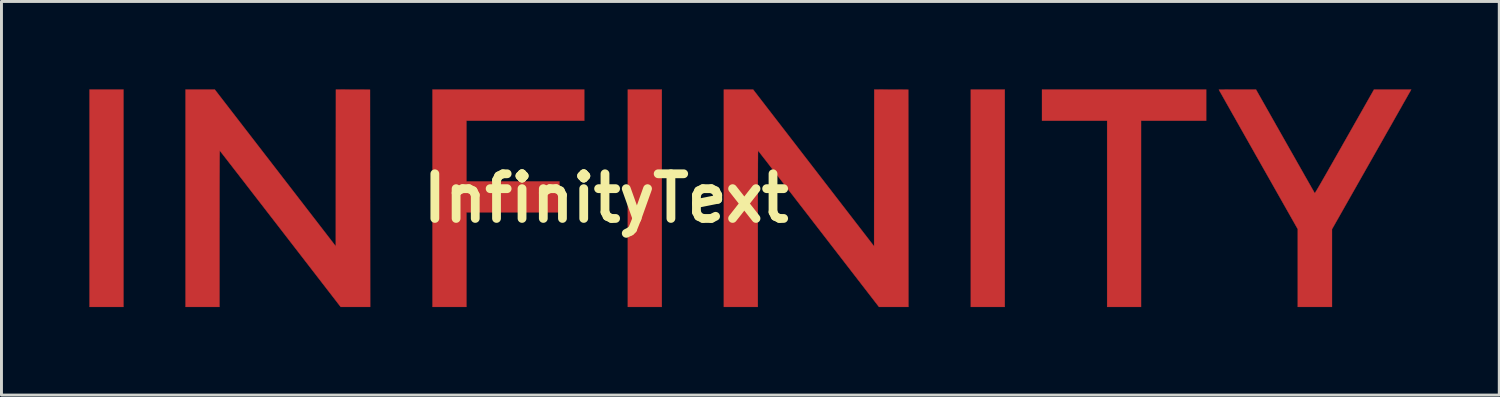
<source format=kicad_pcb>
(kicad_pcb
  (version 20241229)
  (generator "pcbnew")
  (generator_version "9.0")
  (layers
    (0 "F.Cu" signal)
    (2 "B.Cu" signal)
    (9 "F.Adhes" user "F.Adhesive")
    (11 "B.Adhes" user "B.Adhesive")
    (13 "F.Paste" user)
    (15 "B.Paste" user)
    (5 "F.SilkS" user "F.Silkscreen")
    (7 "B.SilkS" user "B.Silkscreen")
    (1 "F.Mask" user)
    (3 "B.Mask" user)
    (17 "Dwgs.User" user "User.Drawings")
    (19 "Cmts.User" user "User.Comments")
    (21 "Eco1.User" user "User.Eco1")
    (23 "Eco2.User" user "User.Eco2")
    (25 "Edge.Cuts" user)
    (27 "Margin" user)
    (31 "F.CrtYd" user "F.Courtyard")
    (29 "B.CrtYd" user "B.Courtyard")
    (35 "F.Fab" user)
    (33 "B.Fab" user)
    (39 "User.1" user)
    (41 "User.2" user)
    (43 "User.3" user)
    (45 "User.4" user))
  (footprint "InfinityText"
    (layer "F.Cu")
    (at 17.629 3.714)
    (property "Reference" "InfinityText" (at 0 0 0) (layer "F.SilkS") (effects (font (size 1.524 1.524) (thickness 0.3))))
    (attr through_hole)
    (fp_poly (pts (xy -16.466 3.709) (xy -17.624 3.709) (xy -17.624 -3.709) (xy -16.466 -3.709) (xy -16.466 3.709)) (stroke (width 0.01) (type solid)) (fill yes) (layer "F.Cu"))
    (fp_poly (pts (xy 1.902 3.709) (xy 0.744 3.709) (xy 0.744 -3.709) (xy 1.902 -3.709) (xy 1.902 3.709)) (stroke (width 0.01) (type solid)) (fill yes) (layer "F.Cu"))
    (fp_poly (pts (xy 13.604 3.709) (xy 12.446 3.709) (xy 12.446 -3.709) (xy 13.604 -3.709) (xy 13.604 3.709)) (stroke (width 0.01) (type solid)) (fill yes) (layer "F.Cu"))
    (fp_poly (pts (xy 20.476 -2.645) (xy 18.254 -2.645) (xy 18.254 3.709) (xy 17.097 3.709) (xy 17.097 -2.645) (xy 14.875 -2.645) (xy 14.875 -3.709) (xy 20.476 -3.709) (xy 20.476 -2.645)) (stroke (width 0.01) (type solid)) (fill yes) (layer "F.Cu"))
    (fp_poly (pts (xy -0.744 -2.645) (xy -4.764 -2.645) (xy -4.764 -0.574) (xy -1.591 -0.574) (xy -1.591 0.48) (xy -4.764 0.48) (xy -4.764 3.709) (xy -5.922 3.709) (xy -5.922 -3.709) (xy -0.744 -3.709) (xy -0.744 -2.645)) (stroke (width 0.01) (type solid)) (fill yes) (layer "F.Cu"))
    (fp_poly (pts (xy -8.635 -3.707) (xy -8.054 -3.705) (xy -8.052 0.002) (xy -8.049 3.709) (xy -9.054 3.709) (xy -11.113 1.045) (xy -11.266 0.847) (xy -11.417 0.652) (xy -11.564 0.462) (xy -11.707 0.277) (xy -11.846 0.097) (xy -11.981 -0.077) (xy -12.111 -0.245) (xy -12.235 -0.405) (xy -12.353 -0.559) (xy -12.466 -0.704) (xy -12.571 -0.84) (xy -12.67 -0.967) (xy -12.761 -1.085) (xy -12.845 -1.193) (xy -12.92 -1.29) (xy -12.986 -1.375) (xy -13.044 -1.449) (xy -13.092 -1.511) (xy -13.13 -1.56) (xy -13.158 -1.595) (xy -13.175 -1.617) (xy -13.181 -1.624) (xy -13.181 -1.615) (xy -13.182 -1.588) (xy -13.183 -1.543) (xy -13.184 -1.479) (xy -13.185 -1.397) (xy -13.186 -1.299) (xy -13.186 -1.182) (xy -13.187 -1.049) (xy -13.187 -0.899) (xy -13.188 -0.733) (xy -13.188 -0.551) (xy -13.189 -0.353) (xy -13.189 -0.139) (xy -13.189 0.091) (xy -13.189 0.335) (xy -13.189 0.594) (xy -13.19 0.868) (xy -13.19 1.04) (xy -13.19 3.709) (xy -14.348 3.709) (xy -14.348 -3.709) (xy -13.351 -3.709) (xy -11.286 -1.035) (xy -9.221 1.64) (xy -9.219 -1.035) (xy -9.217 -3.709) (xy -8.635 -3.707)) (stroke (width 0.01) (type solid)) (fill yes) (layer "F.Cu"))
    (fp_poly (pts (xy 9.732 -3.707) (xy 10.313 -3.705) (xy 10.316 0.002) (xy 10.318 3.709) (xy 9.313 3.709) (xy 7.254 1.045) (xy 7.101 0.847) (xy 6.951 0.652) (xy 6.804 0.462) (xy 6.66 0.277) (xy 6.521 0.097) (xy 6.387 -0.077) (xy 6.257 -0.245) (xy 6.133 -0.405) (xy 6.014 -0.559) (xy 5.902 -0.704) (xy 5.796 -0.84) (xy 5.698 -0.967) (xy 5.606 -1.085) (xy 5.523 -1.193) (xy 5.448 -1.29) (xy 5.381 -1.375) (xy 5.324 -1.449) (xy 5.276 -1.511) (xy 5.238 -1.56) (xy 5.21 -1.595) (xy 5.193 -1.617) (xy 5.187 -1.624) (xy 5.186 -1.615) (xy 5.185 -1.588) (xy 5.184 -1.543) (xy 5.183 -1.479) (xy 5.183 -1.397) (xy 5.182 -1.299) (xy 5.181 -1.182) (xy 5.181 -1.049) (xy 5.18 -0.899) (xy 5.18 -0.733) (xy 5.179 -0.551) (xy 5.179 -0.353) (xy 5.179 -0.139) (xy 5.178 0.091) (xy 5.178 0.335) (xy 5.178 0.594) (xy 5.178 0.868) (xy 5.178 1.04) (xy 5.178 3.709) (xy 4.02 3.709) (xy 4.02 -3.709) (xy 5.017 -3.709) (xy 7.081 -1.035) (xy 9.146 1.64) (xy 9.148 -1.035) (xy 9.151 -3.709) (xy 9.732 -3.707)) (stroke (width 0.01) (type solid)) (fill yes) (layer "F.Cu"))
    (fp_poly (pts (xy 27.46 -3.688) (xy 27.455 -3.678) (xy 27.441 -3.653) (xy 27.418 -3.612) (xy 27.386 -3.557) (xy 27.347 -3.488) (xy 27.301 -3.406) (xy 27.247 -3.312) (xy 27.187 -3.206) (xy 27.121 -3.088) (xy 27.048 -2.96) (xy 26.97 -2.823) (xy 26.887 -2.676) (xy 26.799 -2.52) (xy 26.706 -2.357) (xy 26.609 -2.187) (xy 26.509 -2.009) (xy 26.405 -1.826) (xy 26.298 -1.638) (xy 26.189 -1.445) (xy 26.109 -1.305) (xy 24.769 1.057) (xy 24.769 3.709) (xy 23.602 3.709) (xy 23.602 1.055) (xy 22.256 -1.322) (xy 22.144 -1.519) (xy 22.036 -1.711) (xy 21.93 -1.898) (xy 21.827 -2.08) (xy 21.728 -2.255) (xy 21.632 -2.424) (xy 21.541 -2.585) (xy 21.455 -2.738) (xy 21.373 -2.882) (xy 21.297 -3.017) (xy 21.227 -3.141) (xy 21.162 -3.255) (xy 21.104 -3.358) (xy 21.053 -3.449) (xy 21.009 -3.527) (xy 20.973 -3.591) (xy 20.944 -3.642) (xy 20.924 -3.678) (xy 20.912 -3.699) (xy 20.909 -3.705) (xy 20.918 -3.705) (xy 20.945 -3.706) (xy 20.987 -3.707) (xy 21.044 -3.707) (xy 21.113 -3.708) (xy 21.193 -3.708) (xy 21.283 -3.709) (xy 21.381 -3.709) (xy 21.485 -3.709) (xy 21.542 -3.709) (xy 22.176 -3.709) (xy 23.173 -1.948) (xy 23.269 -1.779) (xy 23.362 -1.614) (xy 23.453 -1.455) (xy 23.54 -1.301) (xy 23.623 -1.154) (xy 23.703 -1.014) (xy 23.778 -0.882) (xy 23.847 -0.759) (xy 23.912 -0.646) (xy 23.97 -0.543) (xy 24.023 -0.451) (xy 24.068 -0.37) (xy 24.107 -0.303) (xy 24.138 -0.248) (xy 24.161 -0.208) (xy 24.175 -0.183) (xy 24.181 -0.173) (xy 24.181 -0.173) (xy 24.184 -0.176) (xy 24.192 -0.186) (xy 24.205 -0.206) (xy 24.223 -0.235) (xy 24.247 -0.274) (xy 24.276 -0.323) (xy 24.311 -0.383) (xy 24.353 -0.454) (xy 24.401 -0.537) (xy 24.455 -0.632) (xy 24.517 -0.74) (xy 24.586 -0.86) (xy 24.662 -0.995) (xy 24.747 -1.143) (xy 24.839 -1.305) (xy 24.94 -1.483) (xy 25.05 -1.676) (xy 25.168 -1.885) (xy 25.197 -1.935) (xy 26.203 -3.709) (xy 27.472 -3.709) (xy 27.46 -3.688)) (stroke (width 0.01) (type solid)) (fill yes) (layer "F.Cu"))
    (fp_poly (pts (xy -16.466 3.709) (xy -17.624 3.709) (xy -17.624 -3.709) (xy -16.466 -3.709) (xy -16.466 3.709)) (stroke (width 0.01) (type solid)) (fill yes) (layer "F.Mask"))
    (fp_poly (pts (xy 1.902 3.709) (xy 0.744 3.709) (xy 0.744 -3.709) (xy 1.902 -3.709) (xy 1.902 3.709)) (stroke (width 0.01) (type solid)) (fill yes) (layer "F.Mask"))
    (fp_poly (pts (xy 13.604 3.709) (xy 12.446 3.709) (xy 12.446 -3.709) (xy 13.604 -3.709) (xy 13.604 3.709)) (stroke (width 0.01) (type solid)) (fill yes) (layer "F.Mask"))
    (fp_poly (pts (xy 20.476 -2.645) (xy 18.254 -2.645) (xy 18.254 3.709) (xy 17.097 3.709) (xy 17.097 -2.645) (xy 14.875 -2.645) (xy 14.875 -3.709) (xy 20.476 -3.709) (xy 20.476 -2.645)) (stroke (width 0.01) (type solid)) (fill yes) (layer "F.Mask"))
    (fp_poly (pts (xy -0.744 -2.645) (xy -4.764 -2.645) (xy -4.764 -0.574) (xy -1.591 -0.574) (xy -1.591 0.48) (xy -4.764 0.48) (xy -4.764 3.709) (xy -5.922 3.709) (xy -5.922 -3.709) (xy -0.744 -3.709) (xy -0.744 -2.645)) (stroke (width 0.01) (type solid)) (fill yes) (layer "F.Mask"))
    (fp_poly (pts (xy -8.635 -3.707) (xy -8.054 -3.705) (xy -8.052 0.002) (xy -8.049 3.709) (xy -9.054 3.709) (xy -11.113 1.045) (xy -11.266 0.847) (xy -11.417 0.652) (xy -11.564 0.462) (xy -11.707 0.277) (xy -11.846 0.097) (xy -11.981 -0.077) (xy -12.111 -0.245) (xy -12.235 -0.405) (xy -12.353 -0.559) (xy -12.466 -0.704) (xy -12.571 -0.84) (xy -12.67 -0.967) (xy -12.761 -1.085) (xy -12.845 -1.193) (xy -12.92 -1.29) (xy -12.986 -1.375) (xy -13.044 -1.449) (xy -13.092 -1.511) (xy -13.13 -1.56) (xy -13.158 -1.595) (xy -13.175 -1.617) (xy -13.181 -1.624) (xy -13.181 -1.615) (xy -13.182 -1.588) (xy -13.183 -1.543) (xy -13.184 -1.479) (xy -13.185 -1.397) (xy -13.186 -1.299) (xy -13.186 -1.182) (xy -13.187 -1.049) (xy -13.187 -0.899) (xy -13.188 -0.733) (xy -13.188 -0.551) (xy -13.189 -0.353) (xy -13.189 -0.139) (xy -13.189 0.091) (xy -13.189 0.335) (xy -13.189 0.594) (xy -13.19 0.868) (xy -13.19 1.04) (xy -13.19 3.709) (xy -14.348 3.709) (xy -14.348 -3.709) (xy -13.351 -3.709) (xy -11.286 -1.035) (xy -9.221 1.64) (xy -9.219 -1.035) (xy -9.217 -3.709) (xy -8.635 -3.707)) (stroke (width 0.01) (type solid)) (fill yes) (layer "F.Mask"))
    (fp_poly (pts (xy 9.732 -3.707) (xy 10.313 -3.705) (xy 10.316 0.002) (xy 10.318 3.709) (xy 9.313 3.709) (xy 7.254 1.045) (xy 7.101 0.847) (xy 6.951 0.652) (xy 6.804 0.462) (xy 6.66 0.277) (xy 6.521 0.097) (xy 6.387 -0.077) (xy 6.257 -0.245) (xy 6.133 -0.405) (xy 6.014 -0.559) (xy 5.902 -0.704) (xy 5.796 -0.84) (xy 5.698 -0.967) (xy 5.606 -1.085) (xy 5.523 -1.193) (xy 5.448 -1.29) (xy 5.381 -1.375) (xy 5.324 -1.449) (xy 5.276 -1.511) (xy 5.238 -1.56) (xy 5.21 -1.595) (xy 5.193 -1.617) (xy 5.187 -1.624) (xy 5.186 -1.615) (xy 5.185 -1.588) (xy 5.184 -1.543) (xy 5.183 -1.479) (xy 5.183 -1.397) (xy 5.182 -1.299) (xy 5.181 -1.182) (xy 5.181 -1.049) (xy 5.18 -0.899) (xy 5.18 -0.733) (xy 5.179 -0.551) (xy 5.179 -0.353) (xy 5.179 -0.139) (xy 5.178 0.091) (xy 5.178 0.335) (xy 5.178 0.594) (xy 5.178 0.868) (xy 5.178 1.04) (xy 5.178 3.709) (xy 4.02 3.709) (xy 4.02 -3.709) (xy 5.017 -3.709) (xy 7.081 -1.035) (xy 9.146 1.64) (xy 9.148 -1.035) (xy 9.151 -3.709) (xy 9.732 -3.707)) (stroke (width 0.01) (type solid)) (fill yes) (layer "F.Mask"))
    (fp_poly (pts (xy 27.46 -3.688) (xy 27.455 -3.678) (xy 27.441 -3.653) (xy 27.418 -3.612) (xy 27.386 -3.557) (xy 27.347 -3.488) (xy 27.301 -3.406) (xy 27.247 -3.312) (xy 27.187 -3.206) (xy 27.121 -3.088) (xy 27.048 -2.96) (xy 26.97 -2.823) (xy 26.887 -2.676) (xy 26.799 -2.52) (xy 26.706 -2.357) (xy 26.609 -2.187) (xy 26.509 -2.009) (xy 26.405 -1.826) (xy 26.298 -1.638) (xy 26.189 -1.445) (xy 26.109 -1.305) (xy 24.769 1.057) (xy 24.769 3.709) (xy 23.602 3.709) (xy 23.602 1.055) (xy 22.256 -1.322) (xy 22.144 -1.519) (xy 22.036 -1.711) (xy 21.93 -1.898) (xy 21.827 -2.08) (xy 21.728 -2.255) (xy 21.632 -2.424) (xy 21.541 -2.585) (xy 21.455 -2.738) (xy 21.373 -2.882) (xy 21.297 -3.017) (xy 21.227 -3.141) (xy 21.162 -3.255) (xy 21.104 -3.358) (xy 21.053 -3.449) (xy 21.009 -3.527) (xy 20.973 -3.591) (xy 20.944 -3.642) (xy 20.924 -3.678) (xy 20.912 -3.699) (xy 20.909 -3.705) (xy 20.918 -3.705) (xy 20.945 -3.706) (xy 20.987 -3.707) (xy 21.044 -3.707) (xy 21.113 -3.708) (xy 21.193 -3.708) (xy 21.283 -3.709) (xy 21.381 -3.709) (xy 21.485 -3.709) (xy 21.542 -3.709) (xy 22.176 -3.709) (xy 23.173 -1.948) (xy 23.269 -1.779) (xy 23.362 -1.614) (xy 23.453 -1.455) (xy 23.54 -1.301) (xy 23.623 -1.154) (xy 23.703 -1.014) (xy 23.778 -0.882) (xy 23.847 -0.759) (xy 23.912 -0.646) (xy 23.97 -0.543) (xy 24.023 -0.451) (xy 24.068 -0.37) (xy 24.107 -0.303) (xy 24.138 -0.248) (xy 24.161 -0.208) (xy 24.175 -0.183) (xy 24.181 -0.173) (xy 24.181 -0.173) (xy 24.184 -0.176) (xy 24.192 -0.186) (xy 24.205 -0.206) (xy 24.223 -0.235) (xy 24.247 -0.274) (xy 24.276 -0.323) (xy 24.311 -0.383) (xy 24.353 -0.454) (xy 24.401 -0.537) (xy 24.455 -0.632) (xy 24.517 -0.74) (xy 24.586 -0.86) (xy 24.662 -0.995) (xy 24.747 -1.143) (xy 24.839 -1.305) (xy 24.94 -1.483) (xy 25.05 -1.676) (xy 25.168 -1.885) (xy 25.197 -1.935) (xy 26.203 -3.709) (xy 27.472 -3.709) (xy 27.46 -3.688)) (stroke (width 0.01) (type solid)) (fill yes) (layer "F.Mask"))
    (fp_poly (pts (xy -16.466 3.709) (xy -17.624 3.709) (xy -17.624 -3.709) (xy -16.466 -3.709) (xy -16.466 3.709)) (stroke (width 0.01) (type solid)) (fill yes) (layer "F.Paste"))
    (fp_poly (pts (xy 1.902 3.709) (xy 0.744 3.709) (xy 0.744 -3.709) (xy 1.902 -3.709) (xy 1.902 3.709)) (stroke (width 0.01) (type solid)) (fill yes) (layer "F.Paste"))
    (fp_poly (pts (xy 13.604 3.709) (xy 12.446 3.709) (xy 12.446 -3.709) (xy 13.604 -3.709) (xy 13.604 3.709)) (stroke (width 0.01) (type solid)) (fill yes) (layer "F.Paste"))
    (fp_poly (pts (xy 20.476 -2.645) (xy 18.254 -2.645) (xy 18.254 3.709) (xy 17.097 3.709) (xy 17.097 -2.645) (xy 14.875 -2.645) (xy 14.875 -3.709) (xy 20.476 -3.709) (xy 20.476 -2.645)) (stroke (width 0.01) (type solid)) (fill yes) (layer "F.Paste"))
    (fp_poly (pts (xy -0.744 -2.645) (xy -4.764 -2.645) (xy -4.764 -0.574) (xy -1.591 -0.574) (xy -1.591 0.48) (xy -4.764 0.48) (xy -4.764 3.709) (xy -5.922 3.709) (xy -5.922 -3.709) (xy -0.744 -3.709) (xy -0.744 -2.645)) (stroke (width 0.01) (type solid)) (fill yes) (layer "F.Paste"))
    (fp_poly (pts (xy -8.635 -3.707) (xy -8.054 -3.705) (xy -8.052 0.002) (xy -8.049 3.709) (xy -9.054 3.709) (xy -11.113 1.045) (xy -11.266 0.847) (xy -11.417 0.652) (xy -11.564 0.462) (xy -11.707 0.277) (xy -11.846 0.097) (xy -11.981 -0.077) (xy -12.111 -0.245) (xy -12.235 -0.405) (xy -12.353 -0.559) (xy -12.466 -0.704) (xy -12.571 -0.84) (xy -12.67 -0.967) (xy -12.761 -1.085) (xy -12.845 -1.193) (xy -12.92 -1.29) (xy -12.986 -1.375) (xy -13.044 -1.449) (xy -13.092 -1.511) (xy -13.13 -1.56) (xy -13.158 -1.595) (xy -13.175 -1.617) (xy -13.181 -1.624) (xy -13.181 -1.615) (xy -13.182 -1.588) (xy -13.183 -1.543) (xy -13.184 -1.479) (xy -13.185 -1.397) (xy -13.186 -1.299) (xy -13.186 -1.182) (xy -13.187 -1.049) (xy -13.187 -0.899) (xy -13.188 -0.733) (xy -13.188 -0.551) (xy -13.189 -0.353) (xy -13.189 -0.139) (xy -13.189 0.091) (xy -13.189 0.335) (xy -13.189 0.594) (xy -13.19 0.868) (xy -13.19 1.04) (xy -13.19 3.709) (xy -14.348 3.709) (xy -14.348 -3.709) (xy -13.351 -3.709) (xy -11.286 -1.035) (xy -9.221 1.64) (xy -9.219 -1.035) (xy -9.217 -3.709) (xy -8.635 -3.707)) (stroke (width 0.01) (type solid)) (fill yes) (layer "F.Paste"))
    (fp_poly (pts (xy 9.732 -3.707) (xy 10.313 -3.705) (xy 10.316 0.002) (xy 10.318 3.709) (xy 9.313 3.709) (xy 7.254 1.045) (xy 7.101 0.847) (xy 6.951 0.652) (xy 6.804 0.462) (xy 6.66 0.277) (xy 6.521 0.097) (xy 6.387 -0.077) (xy 6.257 -0.245) (xy 6.133 -0.405) (xy 6.014 -0.559) (xy 5.902 -0.704) (xy 5.796 -0.84) (xy 5.698 -0.967) (xy 5.606 -1.085) (xy 5.523 -1.193) (xy 5.448 -1.29) (xy 5.381 -1.375) (xy 5.324 -1.449) (xy 5.276 -1.511) (xy 5.238 -1.56) (xy 5.21 -1.595) (xy 5.193 -1.617) (xy 5.187 -1.624) (xy 5.186 -1.615) (xy 5.185 -1.588) (xy 5.184 -1.543) (xy 5.183 -1.479) (xy 5.183 -1.397) (xy 5.182 -1.299) (xy 5.181 -1.182) (xy 5.181 -1.049) (xy 5.18 -0.899) (xy 5.18 -0.733) (xy 5.179 -0.551) (xy 5.179 -0.353) (xy 5.179 -0.139) (xy 5.178 0.091) (xy 5.178 0.335) (xy 5.178 0.594) (xy 5.178 0.868) (xy 5.178 1.04) (xy 5.178 3.709) (xy 4.02 3.709) (xy 4.02 -3.709) (xy 5.017 -3.709) (xy 7.081 -1.035) (xy 9.146 1.64) (xy 9.148 -1.035) (xy 9.151 -3.709) (xy 9.732 -3.707)) (stroke (width 0.01) (type solid)) (fill yes) (layer "F.Paste"))
    (fp_poly (pts (xy 27.46 -3.688) (xy 27.455 -3.678) (xy 27.441 -3.653) (xy 27.418 -3.612) (xy 27.386 -3.557) (xy 27.347 -3.488) (xy 27.301 -3.406) (xy 27.247 -3.312) (xy 27.187 -3.206) (xy 27.121 -3.088) (xy 27.048 -2.96) (xy 26.97 -2.823) (xy 26.887 -2.676) (xy 26.799 -2.52) (xy 26.706 -2.357) (xy 26.609 -2.187) (xy 26.509 -2.009) (xy 26.405 -1.826) (xy 26.298 -1.638) (xy 26.189 -1.445) (xy 26.109 -1.305) (xy 24.769 1.057) (xy 24.769 3.709) (xy 23.602 3.709) (xy 23.602 1.055) (xy 22.256 -1.322) (xy 22.144 -1.519) (xy 22.036 -1.711) (xy 21.93 -1.898) (xy 21.827 -2.08) (xy 21.728 -2.255) (xy 21.632 -2.424) (xy 21.541 -2.585) (xy 21.455 -2.738) (xy 21.373 -2.882) (xy 21.297 -3.017) (xy 21.227 -3.141) (xy 21.162 -3.255) (xy 21.104 -3.358) (xy 21.053 -3.449) (xy 21.009 -3.527) (xy 20.973 -3.591) (xy 20.944 -3.642) (xy 20.924 -3.678) (xy 20.912 -3.699) (xy 20.909 -3.705) (xy 20.918 -3.705) (xy 20.945 -3.706) (xy 20.987 -3.707) (xy 21.044 -3.707) (xy 21.113 -3.708) (xy 21.193 -3.708) (xy 21.283 -3.709) (xy 21.381 -3.709) (xy 21.485 -3.709) (xy 21.542 -3.709) (xy 22.176 -3.709) (xy 23.173 -1.948) (xy 23.269 -1.779) (xy 23.362 -1.614) (xy 23.453 -1.455) (xy 23.54 -1.301) (xy 23.623 -1.154) (xy 23.703 -1.014) (xy 23.778 -0.882) (xy 23.847 -0.759) (xy 23.912 -0.646) (xy 23.97 -0.543) (xy 24.023 -0.451) (xy 24.068 -0.37) (xy 24.107 -0.303) (xy 24.138 -0.248) (xy 24.161 -0.208) (xy 24.175 -0.183) (xy 24.181 -0.173) (xy 24.181 -0.173) (xy 24.184 -0.176) (xy 24.192 -0.186) (xy 24.205 -0.206) (xy 24.223 -0.235) (xy 24.247 -0.274) (xy 24.276 -0.323) (xy 24.311 -0.383) (xy 24.353 -0.454) (xy 24.401 -0.537) (xy 24.455 -0.632) (xy 24.517 -0.74) (xy 24.586 -0.86) (xy 24.662 -0.995) (xy 24.747 -1.143) (xy 24.839 -1.305) (xy 24.94 -1.483) (xy 25.05 -1.676) (xy 25.168 -1.885) (xy 25.197 -1.935) (xy 26.203 -3.709) (xy 27.472 -3.709) (xy 27.46 -3.688)) (stroke (width 0.01) (type solid)) (fill yes) (layer "F.Paste")))
  (gr_rect
    (start -3 -3)
    (end 48.106 10.429)
    (stroke (width 0.1) (type default))
    (fill no)
    (layer "Edge.Cuts")))
</source>
